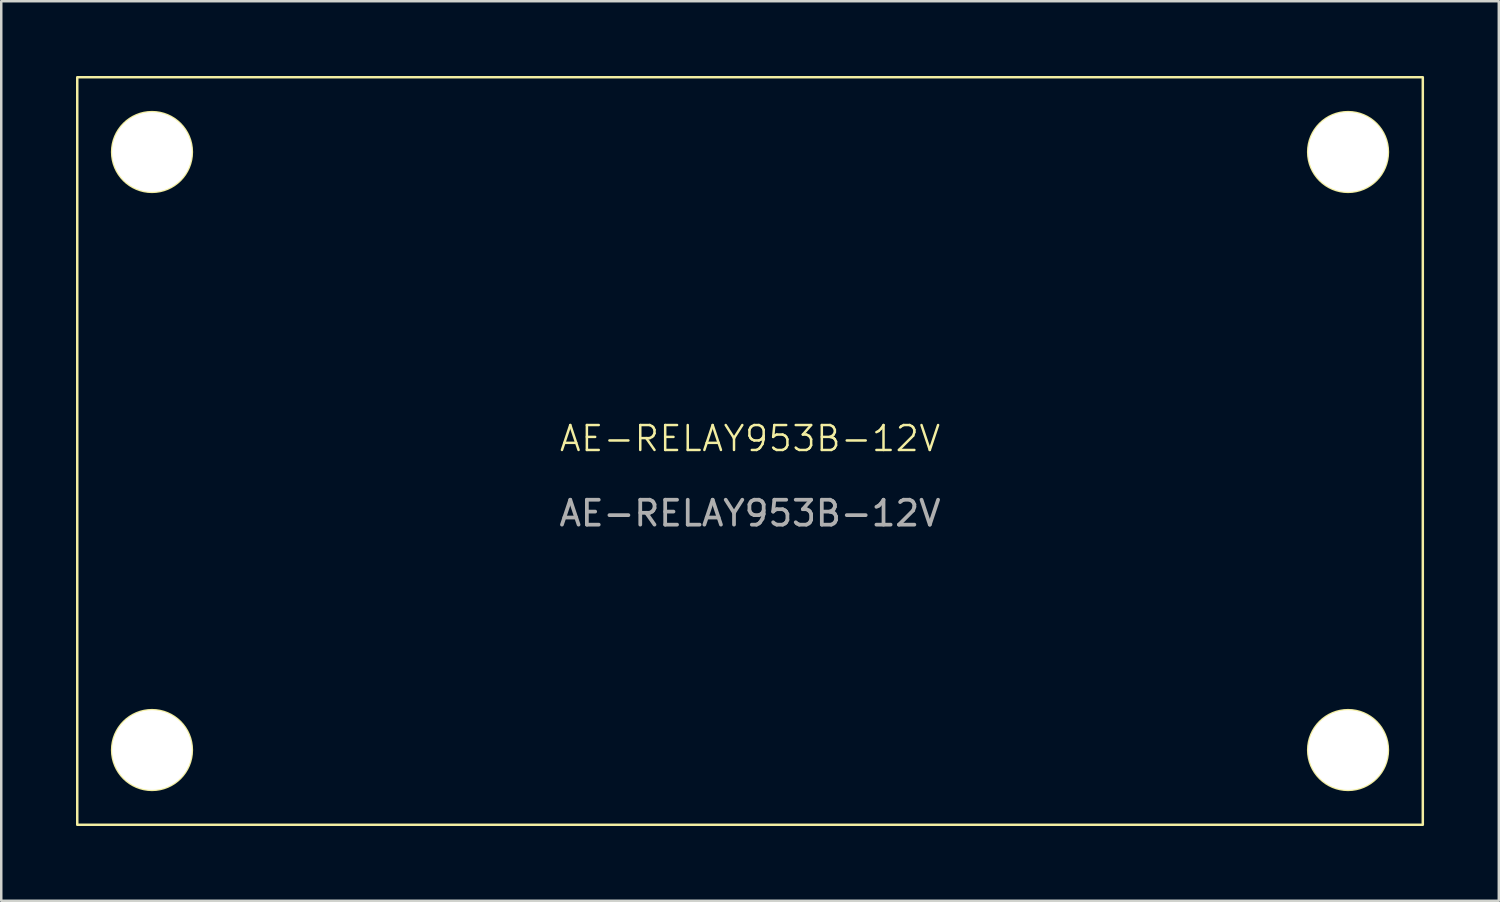
<source format=kicad_pcb>
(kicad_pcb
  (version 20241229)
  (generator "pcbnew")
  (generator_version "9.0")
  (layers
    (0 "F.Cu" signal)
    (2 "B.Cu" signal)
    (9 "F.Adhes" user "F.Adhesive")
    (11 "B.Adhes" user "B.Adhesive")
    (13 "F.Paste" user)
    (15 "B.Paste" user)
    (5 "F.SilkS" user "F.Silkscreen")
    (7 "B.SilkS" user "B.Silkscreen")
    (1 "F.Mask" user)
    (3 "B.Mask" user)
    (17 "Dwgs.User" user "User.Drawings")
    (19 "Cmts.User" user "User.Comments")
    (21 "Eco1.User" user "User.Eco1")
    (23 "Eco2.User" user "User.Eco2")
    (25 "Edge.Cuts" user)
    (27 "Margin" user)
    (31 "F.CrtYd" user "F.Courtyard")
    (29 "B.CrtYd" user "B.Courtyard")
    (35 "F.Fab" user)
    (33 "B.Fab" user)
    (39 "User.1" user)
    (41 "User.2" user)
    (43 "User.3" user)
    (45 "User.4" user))
  (footprint "AE-RELAY953B-12V"
    (layer "F.Cu")
    (at 27.05 15.05)
    (property "Reference" "AE-RELAY953B-12V" (at 0 -0.5 0) (unlocked yes) (layer "F.SilkS") (effects (font (size 1 1) (thickness 0.1))))
    (attr through_hole)
    (fp_rect (start -27 -15) (end 27 15) (stroke (width 0.1) (type default)) (fill no) (layer "F.SilkS"))
    (fp_circle (center -24 -12) (end -22.4 -12) (stroke (width 0.1) (type default)) (fill no) (layer "F.SilkS"))
    (fp_circle (center -24 12) (end -22.4 12) (stroke (width 0.1) (type default)) (fill no) (layer "F.SilkS"))
    (fp_circle (center 24 -12) (end 25.6 -12) (stroke (width 0.1) (type default)) (fill no) (layer "F.SilkS"))
    (fp_circle (center 24 12) (end 25.6 12) (stroke (width 0.1) (type default)) (fill no) (layer "F.SilkS"))
    (fp_text user "${REFERENCE}" (at 0 2.5 0) (unlocked yes) (layer "F.Fab") (effects (font (size 1 1) (thickness 0.15))))
    (pad "" thru_hole circle (at -24 -12) (size 3.2 3.2) (drill 3.2) (layers "*.Cu" "*.Mask"))
    (pad "" thru_hole circle (at -24 12) (size 3.2 3.2) (drill 3.2) (layers "*.Cu" "*.Mask"))
    (pad "" thru_hole circle (at 24 -12) (size 3.2 3.2) (drill 3.2) (layers "*.Cu" "*.Mask"))
    (pad "" thru_hole circle (at 24 12) (size 3.2 3.2) (drill 3.2) (layers "*.Cu" "*.Mask")))
  (gr_rect
    (start -3 -3)
    (end 57.1 33.1)
    (stroke (width 0.1) (type default))
    (fill no)
    (layer "Edge.Cuts")))
</source>
